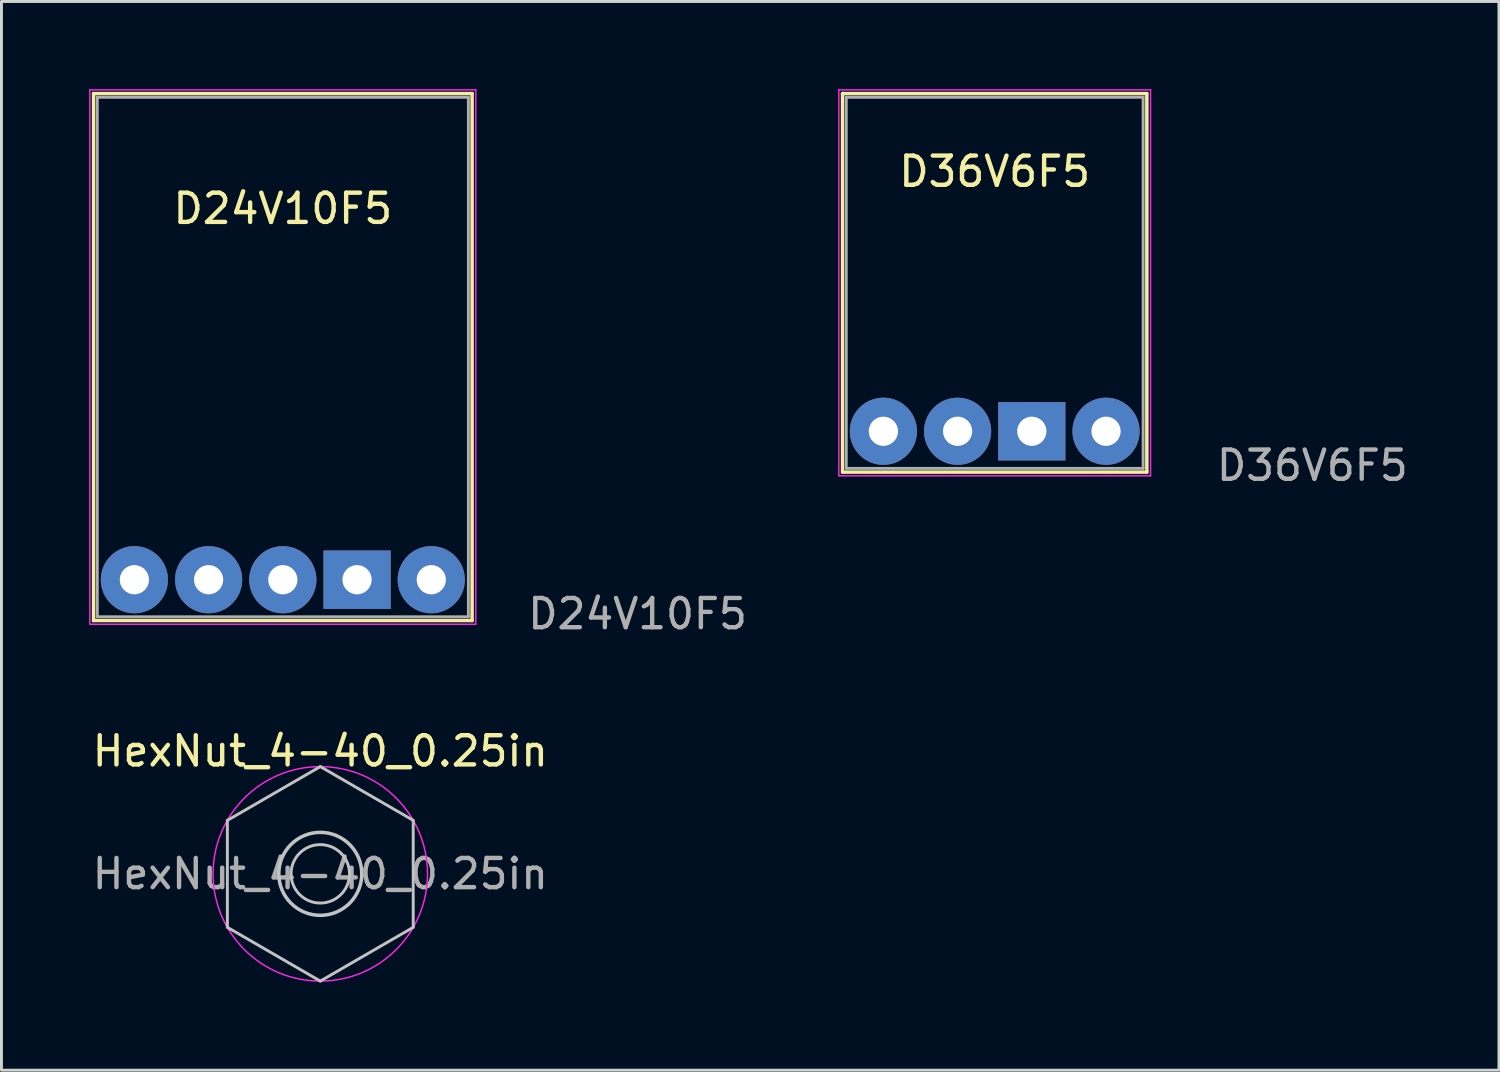
<source format=kicad_pcb>
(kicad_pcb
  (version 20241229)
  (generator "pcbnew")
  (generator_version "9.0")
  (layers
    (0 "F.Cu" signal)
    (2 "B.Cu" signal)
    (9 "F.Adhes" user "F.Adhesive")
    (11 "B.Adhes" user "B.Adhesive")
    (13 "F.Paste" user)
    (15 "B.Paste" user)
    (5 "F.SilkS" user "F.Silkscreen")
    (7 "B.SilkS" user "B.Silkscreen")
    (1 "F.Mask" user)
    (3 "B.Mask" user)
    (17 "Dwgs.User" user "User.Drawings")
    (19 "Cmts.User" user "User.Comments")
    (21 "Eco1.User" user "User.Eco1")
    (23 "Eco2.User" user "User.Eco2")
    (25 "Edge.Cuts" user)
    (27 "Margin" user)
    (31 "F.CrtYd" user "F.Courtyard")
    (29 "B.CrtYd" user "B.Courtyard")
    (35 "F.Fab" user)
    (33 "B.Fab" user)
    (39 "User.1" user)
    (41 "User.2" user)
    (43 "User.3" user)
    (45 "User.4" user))
  (footprint "HexNut_4-40_0.25in"
    (layer "F.Cu")
    (at 7.911 26.855)
    (property "Reference" "HexNut_4-40_0.25in" (at 0 -4.2 0) (layer "F.SilkS") (effects (font (size 1 1) (thickness 0.15))))
    (attr exclude_from_pos_files exclude_from_bom)
    (fp_line (start -3.18 -1.83) (end -3.18 1.83) (stroke (width 0.1) (type default)) (layer "Dwgs.User"))
    (fp_line (start -3.18 1.83) (end 0 3.67) (stroke (width 0.1) (type default)) (layer "Dwgs.User"))
    (fp_line (start 0 -3.67) (end -3.18 -1.83) (stroke (width 0.1) (type default)) (layer "Dwgs.User"))
    (fp_line (start 0 3.67) (end 3.18 1.83) (stroke (width 0.1) (type default)) (layer "Dwgs.User"))
    (fp_line (start 3.18 -1.83) (end 0 -3.67) (stroke (width 0.1) (type default)) (layer "Dwgs.User"))
    (fp_line (start 3.18 -1.83) (end 3.18 1.83) (stroke (width 0.1) (type default)) (layer "Dwgs.User"))
    (fp_circle (center 0 0) (end 1 0) (stroke (width 0.1) (type default)) (fill no) (layer "Dwgs.User"))
    (fp_circle (center 0 0) (end 1.42 0) (stroke (width 0.12) (type default)) (fill no) (layer "Dwgs.User"))
    (fp_circle (center 0 0) (end 3.67 0) (stroke (width 0.05) (type solid)) (fill no) (layer "F.CrtYd"))
    (fp_text user "${REFERENCE}" (at 0 0 0) (layer "F.Fab") (effects (font (size 1 1) (thickness 0.15)))))
  (footprint "D24V10F5"
    (layer "F.Cu")
    (at 9.169 16.789)
    (property "Reference" "D24V10F5" (at -2.54 -12.7 180) (layer "F.SilkS") (effects (font (size 1 1) (thickness 0.15))))
    (attr through_hole)
    (fp_line (start -9.017 -16.637) (end -9.017 1.397) (stroke (width 0.12) (type solid)) (layer "F.SilkS"))
    (fp_line (start -9.017 1.397) (end 3.937 1.397) (stroke (width 0.12) (type solid)) (layer "F.SilkS"))
    (fp_line (start 3.937 -16.637) (end -9.017 -16.637) (stroke (width 0.12) (type solid)) (layer "F.SilkS"))
    (fp_line (start 3.937 1.397) (end 3.937 -16.637) (stroke (width 0.12) (type solid)) (layer "F.SilkS"))
    (fp_line (start -9.144 -16.764) (end -9.144 1.524) (stroke (width 0.05) (type solid)) (layer "F.CrtYd"))
    (fp_line (start -9.144 1.524) (end 4.064 1.524) (stroke (width 0.05) (type solid)) (layer "F.CrtYd"))
    (fp_line (start 4.064 -16.764) (end -9.144 -16.764) (stroke (width 0.05) (type solid)) (layer "F.CrtYd"))
    (fp_line (start 4.064 1.524) (end 4.064 -16.764) (stroke (width 0.05) (type solid)) (layer "F.CrtYd"))
    (fp_line (start -8.89 -16.51) (end 3.81 -16.51) (stroke (width 0.1) (type solid)) (layer "F.Fab"))
    (fp_line (start -8.89 1.27) (end -8.89 -16.51) (stroke (width 0.1) (type solid)) (layer "F.Fab"))
    (fp_line (start -8.89 1.27) (end 3.81 1.27) (stroke (width 0.1) (type solid)) (layer "F.Fab"))
    (fp_line (start 3.81 1.27) (end 3.81 -16.51) (stroke (width 0.1) (type solid)) (layer "F.Fab"))
    (fp_text user "${REFERENCE}" (at 9.6 1.17 0) (layer "F.Fab") (effects (font (size 1 1) (thickness 0.15))))
    (pad "1" thru_hole circle (at 2.54 0) (size 2.3 2.3) (drill 1) (layers "*.Cu" "*.Mask"))
    (pad "2" thru_hole rect (at 0 0) (size 2.3 2) (drill 1) (layers "*.Cu" "*.Mask"))
    (pad "3" thru_hole circle (at -2.54 0) (size 2.3 2.3) (drill 1) (layers "*.Cu" "*.Mask"))
    (pad "4" thru_hole circle (at -5.08 0) (size 2.3 2.3) (drill 1) (layers "*.Cu" "*.Mask"))
    (pad "5" thru_hole circle (at -7.62 0) (size 2.3 2.3) (drill 1) (layers "*.Cu" "*.Mask")))
  (footprint "D36V6F5"
    (layer "F.Cu")
    (at 32.261 11.709)
    (property "Reference" "D36V6F5" (at -1.27 -8.89 180) (layer "F.SilkS") (effects (font (size 1 1) (thickness 0.15))))
    (attr through_hole)
    (fp_line (start -6.477 -11.557) (end -6.477 1.397) (stroke (width 0.12) (type solid)) (layer "F.SilkS"))
    (fp_line (start -6.477 1.397) (end 3.937 1.397) (stroke (width 0.12) (type solid)) (layer "F.SilkS"))
    (fp_line (start 3.937 -11.557) (end -6.477 -11.557) (stroke (width 0.12) (type solid)) (layer "F.SilkS"))
    (fp_line (start 3.937 1.397) (end 3.937 -11.557) (stroke (width 0.12) (type solid)) (layer "F.SilkS"))
    (fp_line (start -6.604 -11.684) (end -6.604 1.524) (stroke (width 0.05) (type solid)) (layer "F.CrtYd"))
    (fp_line (start -6.604 1.524) (end 4.064 1.524) (stroke (width 0.05) (type solid)) (layer "F.CrtYd"))
    (fp_line (start 4.064 -11.684) (end -6.604 -11.684) (stroke (width 0.05) (type solid)) (layer "F.CrtYd"))
    (fp_line (start 4.064 1.524) (end 4.064 -11.684) (stroke (width 0.05) (type solid)) (layer "F.CrtYd"))
    (fp_line (start -6.35 -11.43) (end 3.81 -11.43) (stroke (width 0.1) (type solid)) (layer "F.Fab"))
    (fp_line (start -6.35 1.27) (end -6.35 -11.43) (stroke (width 0.1) (type solid)) (layer "F.Fab"))
    (fp_line (start -6.35 1.27) (end 3.81 1.27) (stroke (width 0.1) (type solid)) (layer "F.Fab"))
    (fp_line (start 3.81 1.27) (end 3.81 -11.43) (stroke (width 0.1) (type solid)) (layer "F.Fab"))
    (fp_text user "${REFERENCE}" (at 9.6 1.17 0) (layer "F.Fab") (effects (font (size 1 1) (thickness 0.15))))
    (pad "1" thru_hole circle (at 2.54 0) (size 2.3 2.3) (drill 1) (layers "*.Cu" "*.Mask"))
    (pad "2" thru_hole rect (at 0 0) (size 2.3 2) (drill 1) (layers "*.Cu" "*.Mask"))
    (pad "3" thru_hole circle (at -2.54 0) (size 2.3 2.3) (drill 1) (layers "*.Cu" "*.Mask"))
    (pad "4" thru_hole circle (at -5.08 0) (size 2.3 2.3) (drill 1) (layers "*.Cu" "*.Mask")))
  (gr_rect
    (start -3 -3)
    (end 48.248 33.575)
    (stroke (width 0.1) (type default))
    (fill no)
    (layer "Edge.Cuts")))
</source>
